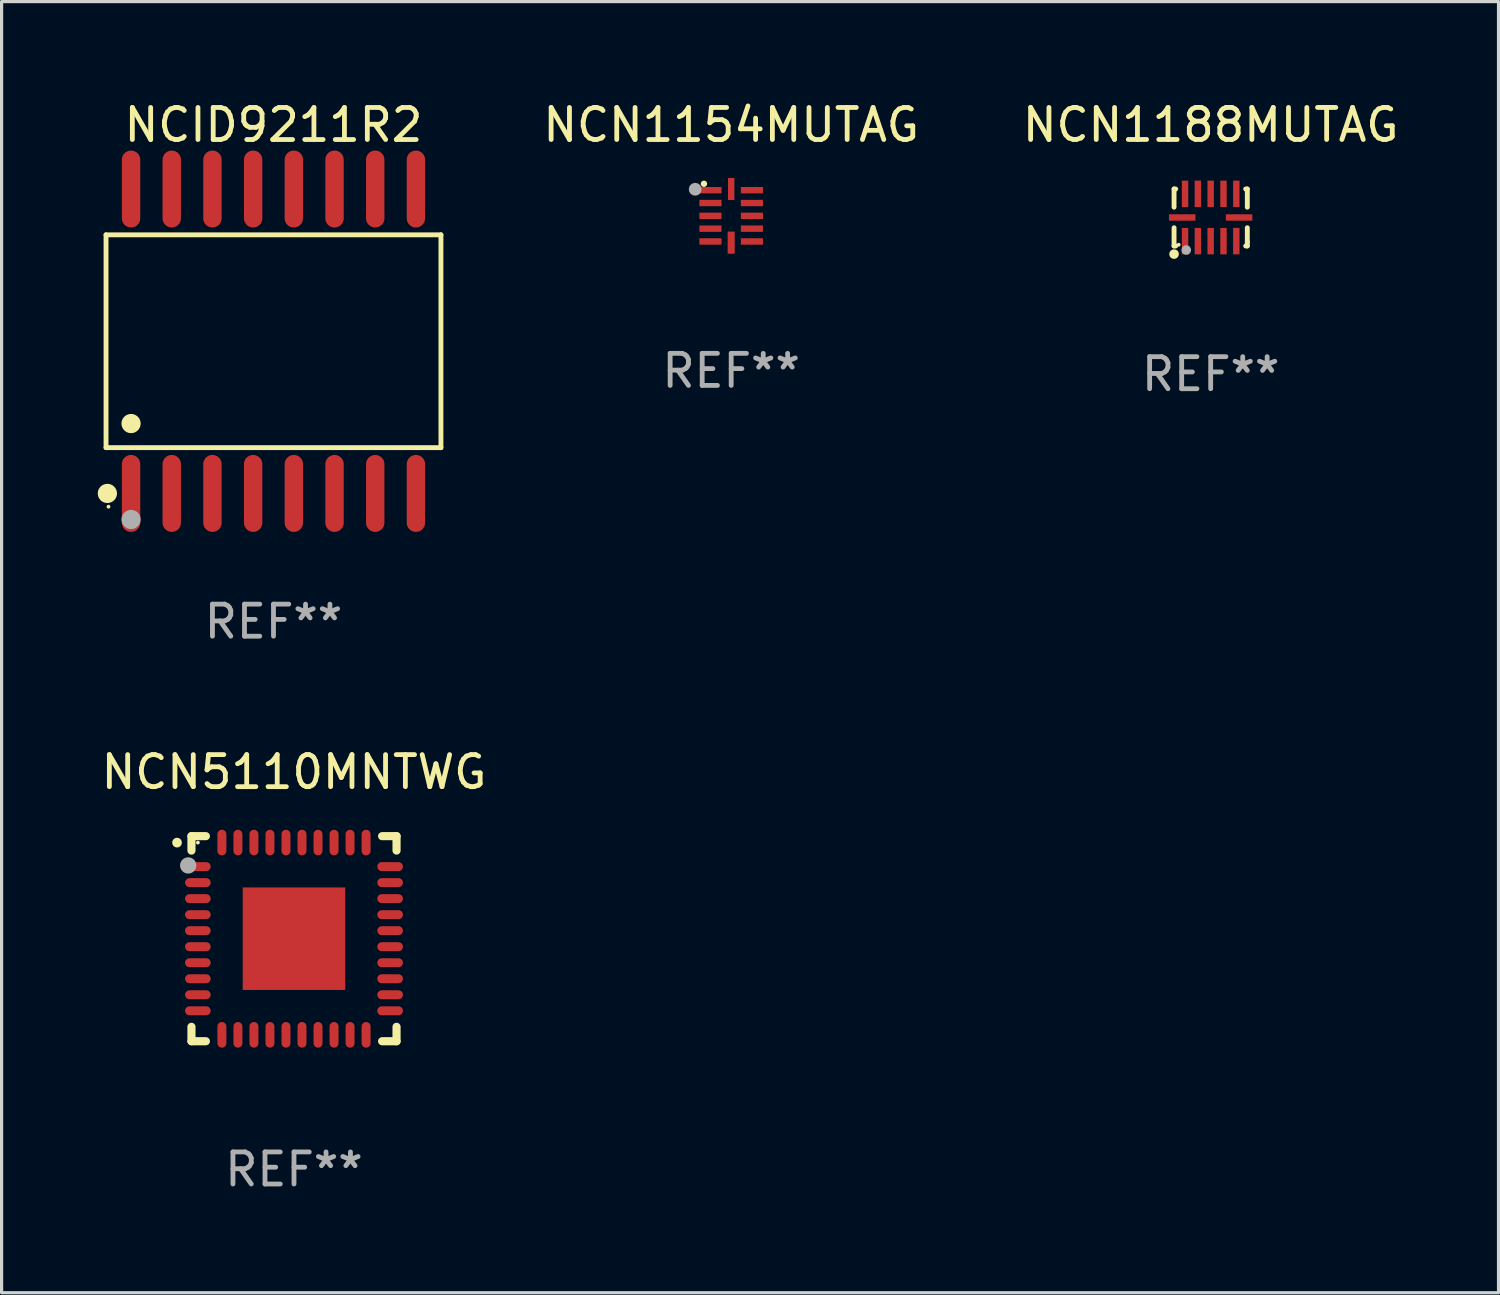
<source format=kicad_pcb>
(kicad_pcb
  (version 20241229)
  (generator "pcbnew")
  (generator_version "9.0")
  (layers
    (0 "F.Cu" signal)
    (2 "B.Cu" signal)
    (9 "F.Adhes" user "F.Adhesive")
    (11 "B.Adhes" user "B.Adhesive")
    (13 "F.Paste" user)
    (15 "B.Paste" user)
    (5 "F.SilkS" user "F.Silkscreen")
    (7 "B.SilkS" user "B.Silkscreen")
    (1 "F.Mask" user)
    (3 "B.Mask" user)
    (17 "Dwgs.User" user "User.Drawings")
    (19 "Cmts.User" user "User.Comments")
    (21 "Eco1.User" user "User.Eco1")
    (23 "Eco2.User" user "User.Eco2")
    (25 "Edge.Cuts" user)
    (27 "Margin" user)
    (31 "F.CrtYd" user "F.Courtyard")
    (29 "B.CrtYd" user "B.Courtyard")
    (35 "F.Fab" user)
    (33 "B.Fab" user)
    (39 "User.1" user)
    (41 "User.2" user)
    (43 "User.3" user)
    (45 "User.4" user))
  (footprint "NCN5110MNTWG"
    (layer "F.Cu")
    (at 6.125 26.245)
    (property "Reference" "NCN5110MNTWG" (at 0 -5.2 0) (layer "F.SilkS") (effects (font (size 1 1) (thickness 0.15))))
    (attr through_hole)
    (fp_line (start -3.2 -3.2) (end -2.75 -3.2) (stroke (width 0.254) (type solid)) (layer "F.SilkS"))
    (fp_line (start -3.2 -2.75) (end -3.2 -3.2) (stroke (width 0.254) (type solid)) (layer "F.SilkS"))
    (fp_line (start -3.2 3.2) (end -3.2 2.75) (stroke (width 0.254) (type solid)) (layer "F.SilkS"))
    (fp_line (start -2.75 3.2) (end -3.2 3.2) (stroke (width 0.254) (type solid)) (layer "F.SilkS"))
    (fp_line (start 2.75 3.2) (end 3.2 3.2) (stroke (width 0.254) (type solid)) (layer "F.SilkS"))
    (fp_line (start 3.2 -3.2) (end 2.75 -3.2) (stroke (width 0.254) (type solid)) (layer "F.SilkS"))
    (fp_line (start 3.2 -2.75) (end 3.2 -3.2) (stroke (width 0.254) (type solid)) (layer "F.SilkS"))
    (fp_line (start 3.2 3.2) (end 3.2 2.75) (stroke (width 0.254) (type solid)) (layer "F.SilkS"))
    (fp_arc (start -3.649987 -2.997206) (mid -3.649992 -2.998476) (end -3.649987 -2.999746) (stroke (width 0.3) (type solid)) (layer "F.SilkS"))
    (fp_circle (center -3 -3) (end -2.97 -3) (stroke (width 0.06) (type solid)) (fill no) (layer "F.SilkS"))
    (fp_circle (center -3.302 -2.286) (end -3.175 -2.286) (stroke (width 0.254) (type solid)) (fill no) (layer "F.Fab"))
    (fp_text user "REF**" (at 0 7.2 0) (layer "F.Fab") (effects (font (size 1 1) (thickness 0.15))))
    (pad "1" smd oval (at -3 -2.25 90) (size 0.28 0.8) (layers "F.Cu" "F.Mask" "F.Paste"))
    (pad "2" smd oval (at -3 -1.75 90) (size 0.28 0.8) (layers "F.Cu" "F.Mask" "F.Paste"))
    (pad "3" smd oval (at -3 -1.25 90) (size 0.28 0.8) (layers "F.Cu" "F.Mask" "F.Paste"))
    (pad "4" smd oval (at -3 -0.75 90) (size 0.28 0.8) (layers "F.Cu" "F.Mask" "F.Paste"))
    (pad "5" smd oval (at -3 -0.25 90) (size 0.28 0.8) (layers "F.Cu" "F.Mask" "F.Paste"))
    (pad "6" smd oval (at -3 0.25 90) (size 0.28 0.8) (layers "F.Cu" "F.Mask" "F.Paste"))
    (pad "7" smd oval (at -3 0.75 90) (size 0.28 0.8) (layers "F.Cu" "F.Mask" "F.Paste"))
    (pad "8" smd oval (at -3 1.25 90) (size 0.28 0.8) (layers "F.Cu" "F.Mask" "F.Paste"))
    (pad "9" smd oval (at -3 1.75 90) (size 0.28 0.8) (layers "F.Cu" "F.Mask" "F.Paste"))
    (pad "10" smd oval (at -3 2.25 90) (size 0.28 0.8) (layers "F.Cu" "F.Mask" "F.Paste"))
    (pad "11" smd oval (at -2.25 3) (size 0.28 0.8) (layers "F.Cu" "F.Mask" "F.Paste"))
    (pad "12" smd oval (at -1.75 3) (size 0.28 0.8) (layers "F.Cu" "F.Mask" "F.Paste"))
    (pad "13" smd oval (at -1.25 3) (size 0.28 0.8) (layers "F.Cu" "F.Mask" "F.Paste"))
    (pad "14" smd oval (at -0.75 3) (size 0.28 0.8) (layers "F.Cu" "F.Mask" "F.Paste"))
    (pad "15" smd oval (at -0.25 3) (size 0.28 0.8) (layers "F.Cu" "F.Mask" "F.Paste"))
    (pad "16" smd oval (at 0.25 3) (size 0.28 0.8) (layers "F.Cu" "F.Mask" "F.Paste"))
    (pad "17" smd oval (at 0.75 3) (size 0.28 0.8) (layers "F.Cu" "F.Mask" "F.Paste"))
    (pad "18" smd oval (at 1.25 3) (size 0.28 0.8) (layers "F.Cu" "F.Mask" "F.Paste"))
    (pad "19" smd oval (at 1.75 3) (size 0.28 0.8) (layers "F.Cu" "F.Mask" "F.Paste"))
    (pad "20" smd oval (at 2.25 3) (size 0.28 0.8) (layers "F.Cu" "F.Mask" "F.Paste"))
    (pad "21" smd oval (at 3 2.25 90) (size 0.28 0.8) (layers "F.Cu" "F.Mask" "F.Paste"))
    (pad "22" smd oval (at 3 1.75 90) (size 0.28 0.8) (layers "F.Cu" "F.Mask" "F.Paste"))
    (pad "23" smd oval (at 3 1.25 90) (size 0.28 0.8) (layers "F.Cu" "F.Mask" "F.Paste"))
    (pad "24" smd oval (at 3 0.75 90) (size 0.28 0.8) (layers "F.Cu" "F.Mask" "F.Paste"))
    (pad "25" smd oval (at 3 0.25 90) (size 0.28 0.8) (layers "F.Cu" "F.Mask" "F.Paste"))
    (pad "26" smd oval (at 3 -0.25 90) (size 0.28 0.8) (layers "F.Cu" "F.Mask" "F.Paste"))
    (pad "27" smd oval (at 3 -0.75 90) (size 0.28 0.8) (layers "F.Cu" "F.Mask" "F.Paste"))
    (pad "28" smd oval (at 3 -1.25 90) (size 0.28 0.8) (layers "F.Cu" "F.Mask" "F.Paste"))
    (pad "29" smd oval (at 3 -1.75 90) (size 0.28 0.8) (layers "F.Cu" "F.Mask" "F.Paste"))
    (pad "30" smd oval (at 3 -2.25 90) (size 0.28 0.8) (layers "F.Cu" "F.Mask" "F.Paste"))
    (pad "31" smd oval (at 2.25 -3) (size 0.28 0.8) (layers "F.Cu" "F.Mask" "F.Paste"))
    (pad "32" smd oval (at 1.75 -3) (size 0.28 0.8) (layers "F.Cu" "F.Mask" "F.Paste"))
    (pad "33" smd oval (at 1.25 -3) (size 0.28 0.8) (layers "F.Cu" "F.Mask" "F.Paste"))
    (pad "34" smd oval (at 0.75 -3) (size 0.28 0.8) (layers "F.Cu" "F.Mask" "F.Paste"))
    (pad "35" smd oval (at 0.25 -3) (size 0.28 0.8) (layers "F.Cu" "F.Mask" "F.Paste"))
    (pad "36" smd oval (at -0.25 -3) (size 0.28 0.8) (layers "F.Cu" "F.Mask" "F.Paste"))
    (pad "37" smd oval (at -0.75 -3) (size 0.28 0.8) (layers "F.Cu" "F.Mask" "F.Paste"))
    (pad "38" smd oval (at -1.25 -3) (size 0.28 0.8) (layers "F.Cu" "F.Mask" "F.Paste"))
    (pad "39" smd oval (at -1.75 -3) (size 0.28 0.8) (layers "F.Cu" "F.Mask" "F.Paste"))
    (pad "40" smd oval (at -2.25 -3) (size 0.28 0.8) (layers "F.Cu" "F.Mask" "F.Paste"))
    (pad "41" smd rect (at 0 0) (size 3.2 3.2) (layers "F.Cu" "F.Mask" "F.Paste")))
  (footprint "NCID9211R2"
    (layer "F.Cu")
    (at 5.485 7.599)
    (property "Reference" "NCID9211R2" (at 0 -6.75 0) (layer "F.SilkS") (effects (font (size 1 1) (thickness 0.15))))
    (attr through_hole)
    (fp_line (start -5.226 -3.321) (end 5.226 -3.321) (stroke (width 0.152) (type solid)) (layer "F.SilkS"))
    (fp_line (start -5.226 3.321) (end -5.226 -3.321) (stroke (width 0.152) (type solid)) (layer "F.SilkS"))
    (fp_line (start 5.226 -3.321) (end 5.226 3.321) (stroke (width 0.152) (type solid)) (layer "F.SilkS"))
    (fp_line (start 5.226 3.321) (end -5.226 3.321) (stroke (width 0.152) (type solid)) (layer "F.SilkS"))
    (fp_circle (center -5.184 4.75) (end -5.034 4.75) (stroke (width 0.3) (type solid)) (fill no) (layer "F.SilkS"))
    (fp_circle (center -5.15 5.163) (end -5.12 5.163) (stroke (width 0.06) (type solid)) (fill no) (layer "F.SilkS"))
    (fp_circle (center -4.445 2.569) (end -4.295 2.569) (stroke (width 0.3) (type solid)) (fill no) (layer "F.SilkS"))
    (fp_circle (center -4.445 5.563) (end -4.295 5.563) (stroke (width 0.3) (type solid)) (fill no) (layer "F.Fab"))
    (fp_text user "REF**" (at 0 8.75 0) (layer "F.Fab") (effects (font (size 1 1) (thickness 0.15))))
    (pad "1" smd oval (at -4.445 4.75) (size 0.574 2.401) (layers "F.Cu" "F.Mask" "F.Paste"))
    (pad "2" smd oval (at -3.175 4.75) (size 0.574 2.401) (layers "F.Cu" "F.Mask" "F.Paste"))
    (pad "3" smd oval (at -1.905 4.75) (size 0.574 2.401) (layers "F.Cu" "F.Mask" "F.Paste"))
    (pad "4" smd oval (at -0.635 4.75) (size 0.574 2.401) (layers "F.Cu" "F.Mask" "F.Paste"))
    (pad "5" smd oval (at 0.635 4.75) (size 0.574 2.401) (layers "F.Cu" "F.Mask" "F.Paste"))
    (pad "6" smd oval (at 1.905 4.75) (size 0.574 2.401) (layers "F.Cu" "F.Mask" "F.Paste"))
    (pad "7" smd oval (at 3.175 4.75) (size 0.574 2.401) (layers "F.Cu" "F.Mask" "F.Paste"))
    (pad "8" smd oval (at 4.445 4.75) (size 0.574 2.401) (layers "F.Cu" "F.Mask" "F.Paste"))
    (pad "9" smd oval (at 4.445 -4.75) (size 0.574 2.401) (layers "F.Cu" "F.Mask" "F.Paste"))
    (pad "10" smd oval (at 3.175 -4.75) (size 0.574 2.401) (layers "F.Cu" "F.Mask" "F.Paste"))
    (pad "11" smd oval (at 1.905 -4.75) (size 0.574 2.401) (layers "F.Cu" "F.Mask" "F.Paste"))
    (pad "12" smd oval (at 0.635 -4.75) (size 0.574 2.401) (layers "F.Cu" "F.Mask" "F.Paste"))
    (pad "13" smd oval (at -0.635 -4.75) (size 0.574 2.401) (layers "F.Cu" "F.Mask" "F.Paste"))
    (pad "14" smd oval (at -1.905 -4.75) (size 0.574 2.401) (layers "F.Cu" "F.Mask" "F.Paste"))
    (pad "15" smd oval (at -3.175 -4.75) (size 0.574 2.401) (layers "F.Cu" "F.Mask" "F.Paste"))
    (pad "16" smd oval (at -4.445 -4.75) (size 0.574 2.401) (layers "F.Cu" "F.Mask" "F.Paste")))
  (footprint "NCN1188MUTAG"
    (layer "F.Cu")
    (at 34.733 3.737)
    (property "Reference" "NCN1188MUTAG" (at 0 -2.889 0) (layer "F.SilkS") (effects (font (size 1 1) (thickness 0.15))))
    (attr through_hole)
    (fp_line (start -1.143 -0.889) (end -1.143 -0.32) (stroke (width 0.152) (type solid)) (layer "F.SilkS"))
    (fp_line (start -1.143 0.32) (end -1.143 0.889) (stroke (width 0.152) (type solid)) (layer "F.SilkS"))
    (fp_line (start -1.143 0.889) (end -1.092 0.889) (stroke (width 0.152) (type solid)) (layer "F.SilkS"))
    (fp_line (start -1.092 -0.889) (end -1.143 -0.889) (stroke (width 0.152) (type solid)) (layer "F.SilkS"))
    (fp_line (start 1.092 0.889) (end 1.143 0.889) (stroke (width 0.152) (type solid)) (layer "F.SilkS"))
    (fp_line (start 1.143 -0.889) (end 1.092 -0.889) (stroke (width 0.152) (type solid)) (layer "F.SilkS"))
    (fp_line (start 1.143 -0.32) (end 1.143 -0.889) (stroke (width 0.152) (type solid)) (layer "F.SilkS"))
    (fp_line (start 1.143 0.762) (end 1.143 0.32) (stroke (width 0.152) (type solid)) (layer "F.SilkS"))
    (fp_line (start 1.143 0.889) (end 1.143 0.762) (stroke (width 0.152) (type solid)) (layer "F.SilkS"))
    (fp_circle (center -1.143 1.143) (end -1.068 1.143) (stroke (width 0.15) (type solid)) (fill no) (layer "F.SilkS"))
    (fp_circle (center -1 0.85) (end -0.97 0.85) (stroke (width 0.06) (type solid)) (fill no) (layer "F.SilkS"))
    (fp_circle (center -0.762 1.016) (end -0.687 1.016) (stroke (width 0.15) (type solid)) (fill no) (layer "F.Fab"))
    (fp_text user "REF**" (at 0 4.889 0) (layer "F.Fab") (effects (font (size 1 1) (thickness 0.15))))
    (pad "1" smd rect (at -0.8 0.738) (size 0.2 0.825) (layers "F.Cu" "F.Mask" "F.Paste"))
    (pad "2" smd rect (at -0.4 0.738) (size 0.2 0.825) (layers "F.Cu" "F.Mask" "F.Paste"))
    (pad "3" smd rect (at 0 0.738) (size 0.2 0.825) (layers "F.Cu" "F.Mask" "F.Paste"))
    (pad "4" smd rect (at 0.4 0.738) (size 0.2 0.825) (layers "F.Cu" "F.Mask" "F.Paste"))
    (pad "5" smd rect (at 0.8 0.738) (size 0.2 0.825) (layers "F.Cu" "F.Mask" "F.Paste"))
    (pad "6" smd rect (at 0.887 0) (size 0.825 0.2) (layers "F.Cu" "F.Mask" "F.Paste"))
    (pad "7" smd rect (at 0.8 -0.738) (size 0.2 0.825) (layers "F.Cu" "F.Mask" "F.Paste"))
    (pad "8" smd rect (at 0.4 -0.738) (size 0.2 0.825) (layers "F.Cu" "F.Mask" "F.Paste"))
    (pad "9" smd rect (at 0 -0.738) (size 0.2 0.825) (layers "F.Cu" "F.Mask" "F.Paste"))
    (pad "10" smd rect (at -0.4 -0.738) (size 0.2 0.825) (layers "F.Cu" "F.Mask" "F.Paste"))
    (pad "11" smd rect (at -0.8 -0.738) (size 0.2 0.825) (layers "F.Cu" "F.Mask" "F.Paste"))
    (pad "12" smd rect (at -0.887 0) (size 0.825 0.2) (layers "F.Cu" "F.Mask" "F.Paste")))
  (footprint "NCN1154MUTAG"
    (layer "F.Cu")
    (at 19.769 3.686)
    (property "Reference" "NCN1154MUTAG" (at 0 -2.837 0) (layer "F.SilkS") (effects (font (size 1 1) (thickness 0.15))))
    (attr through_hole)
    (fp_circle (center -0.85 -1) (end -0.8 -1) (stroke (width 0.1) (type solid)) (fill no) (layer "F.SilkS"))
    (fp_circle (center -1.123 -0.829) (end -1.023 -0.829) (stroke (width 0.2) (type solid)) (fill no) (layer "F.Fab"))
    (fp_text user "REF**" (at 0 4.837 0) (layer "F.Fab") (effects (font (size 1 1) (thickness 0.15))))
    (pad "1" smd rect (at -0.647 -0.8 270) (size 0.2 0.69) (layers "F.Cu" "F.Mask" "F.Paste"))
    (pad "2" smd rect (at -0.647 -0.4 270) (size 0.2 0.69) (layers "F.Cu" "F.Mask" "F.Paste"))
    (pad "3" smd rect (at -0.647 0 270) (size 0.2 0.69) (layers "F.Cu" "F.Mask" "F.Paste"))
    (pad "4" smd rect (at -0.647 0.4 270) (size 0.2 0.69) (layers "F.Cu" "F.Mask" "F.Paste"))
    (pad "5" smd rect (at -0.647 0.8 270) (size 0.2 0.69) (layers "F.Cu" "F.Mask" "F.Paste"))
    (pad "6" smd rect (at 0 0.837 270) (size 0.69 0.22) (layers "F.Cu" "F.Mask" "F.Paste"))
    (pad "7" smd rect (at 0.647 0.8 270) (size 0.2 0.69) (layers "F.Cu" "F.Mask" "F.Paste"))
    (pad "8" smd rect (at 0.647 0.4 270) (size 0.2 0.69) (layers "F.Cu" "F.Mask" "F.Paste"))
    (pad "9" smd rect (at 0.647 0 270) (size 0.2 0.69) (layers "F.Cu" "F.Mask" "F.Paste"))
    (pad "10" smd rect (at 0.647 -0.4 270) (size 0.2 0.69) (layers "F.Cu" "F.Mask" "F.Paste"))
    (pad "11" smd rect (at 0.647 -0.8 270) (size 0.2 0.69) (layers "F.Cu" "F.Mask" "F.Paste"))
    (pad "12" smd rect (at 0 -0.837 270) (size 0.69 0.2) (layers "F.Cu" "F.Mask" "F.Paste")))
  (gr_rect
    (start -3 -3)
    (end 43.716 37.294)
    (stroke (width 0.1) (type default))
    (fill no)
    (layer "Edge.Cuts")))
</source>
